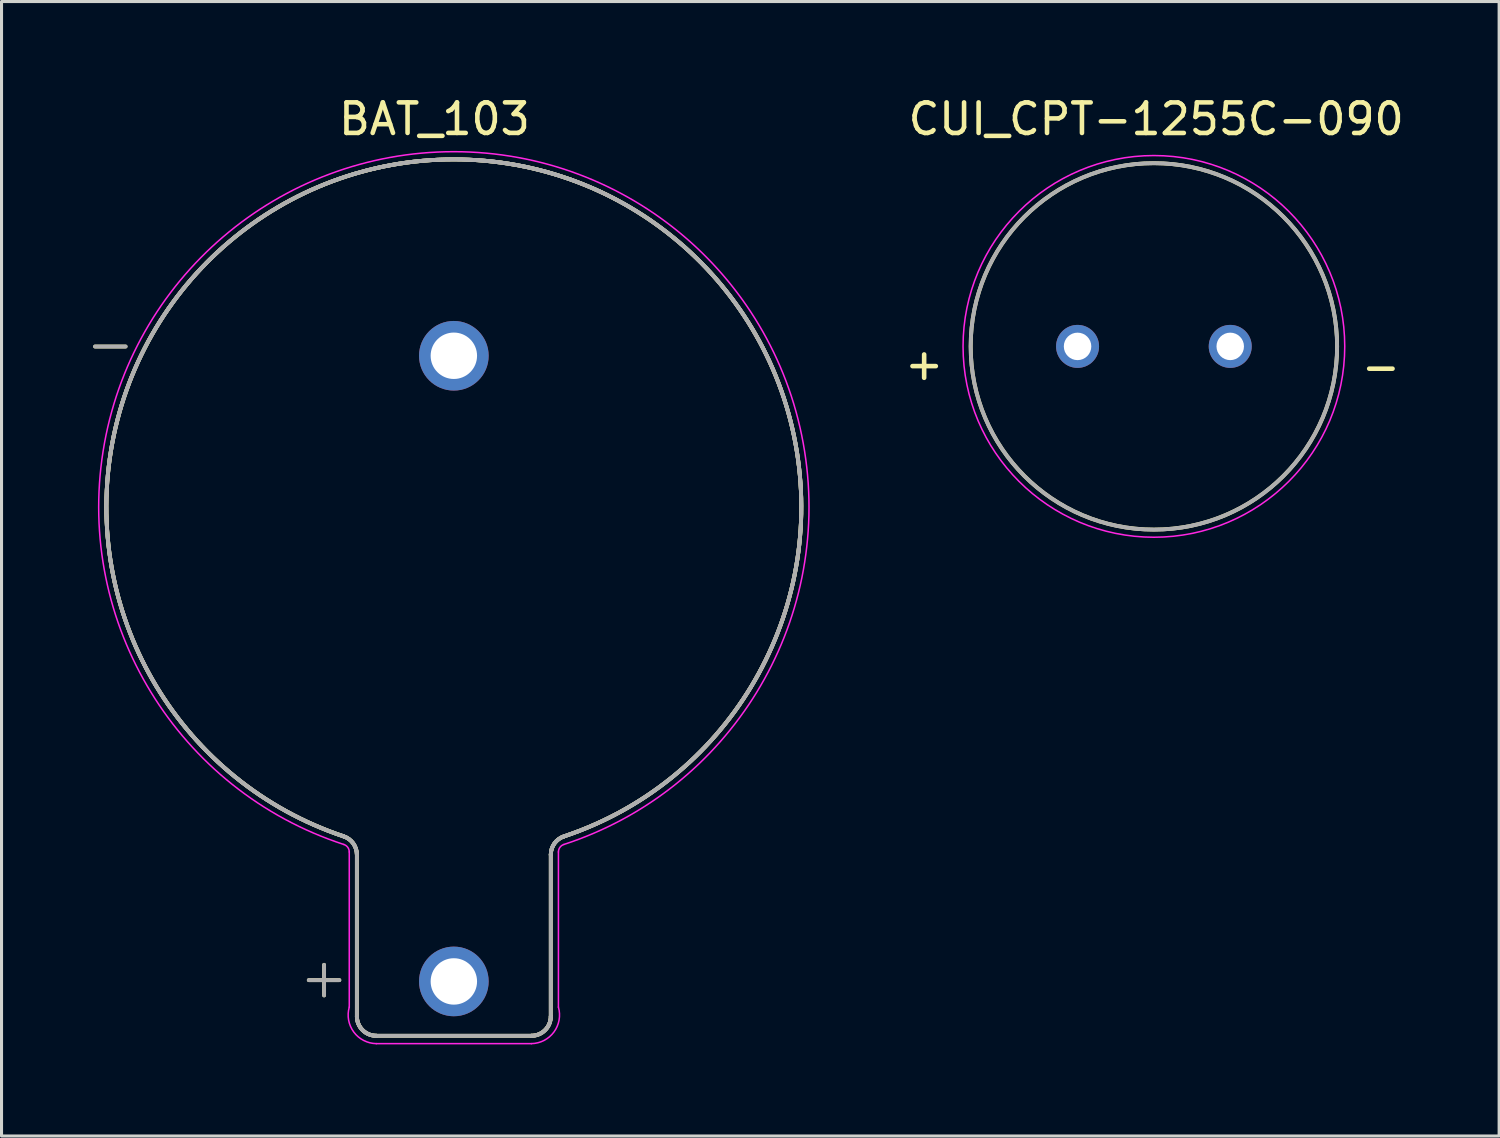
<source format=kicad_pcb>
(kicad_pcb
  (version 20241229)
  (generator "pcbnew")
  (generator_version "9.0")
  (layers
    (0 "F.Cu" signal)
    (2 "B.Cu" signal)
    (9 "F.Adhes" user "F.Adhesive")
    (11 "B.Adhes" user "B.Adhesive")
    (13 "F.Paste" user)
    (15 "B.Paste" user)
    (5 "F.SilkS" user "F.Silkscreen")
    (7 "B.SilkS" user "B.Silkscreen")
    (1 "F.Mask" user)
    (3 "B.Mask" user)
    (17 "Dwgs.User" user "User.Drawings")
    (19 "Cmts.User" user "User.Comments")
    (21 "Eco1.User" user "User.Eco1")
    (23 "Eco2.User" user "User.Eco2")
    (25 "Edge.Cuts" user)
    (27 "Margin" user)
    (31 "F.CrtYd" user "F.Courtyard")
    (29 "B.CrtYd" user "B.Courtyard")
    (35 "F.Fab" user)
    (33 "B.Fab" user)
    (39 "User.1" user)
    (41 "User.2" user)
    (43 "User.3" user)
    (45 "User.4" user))
  (footprint "CUI_CPT-1255C-090"
    (layer "F.Cu")
    (at 34.739 8.294)
    (property "Reference" "CUI_CPT-1255C-090" (at 0.075 -7.445 0) (layer "F.SilkS") (effects (font (size 1.001 1.001) (thickness 0.15))))
    (attr through_hole)
    (fp_circle (center 0 0) (end 6 0) (stroke (width 0.127) (type solid)) (fill no) (layer "F.SilkS"))
    (fp_circle (center 0 0) (end 6.25 0) (stroke (width 0.05) (type solid)) (fill no) (layer "F.CrtYd"))
    (fp_circle (center 0 0) (end 6 0) (stroke (width 0.127) (type solid)) (fill no) (layer "F.Fab"))
    (fp_text user "+" (at -7.524 0.572 0) (layer "F.SilkS") (effects (font (size 1.003 1.003) (thickness 0.15))))
    (fp_text user "-" (at 7.433 0.656 0) (layer "F.SilkS") (effects (font (size 1.002 1.002) (thickness 0.15))))
    (pad "N" thru_hole circle (at 2.5 0) (size 1.408 1.408) (drill 0.9) (layers "*.Cu" "*.Mask"))
    (pad "P" thru_hole circle (at -2.5 0) (size 1.408 1.408) (drill 0.9) (layers "*.Cu" "*.Mask")))
  (footprint "BAT_103"
    (layer "F.Cu")
    (at 11.813 13.548)
    (property "Reference" "BAT_103" (at -0.635 -12.7 0) (layer "F.SilkS") (effects (font (size 1 1) (thickness 0.15))))
    (attr through_hole)
    (fp_line (start -11.75 -5.25) (end -10.75 -5.25) (stroke (width 0.127) (type solid)) (layer "F.SilkS"))
    (fp_line (start -4.25 15) (end -4.25 16) (stroke (width 0.127) (type solid)) (layer "F.SilkS"))
    (fp_line (start -3.75 15.5) (end -4.75 15.5) (stroke (width 0.127) (type solid)) (layer "F.SilkS"))
    (fp_line (start -3.175 11.394) (end -3.175 16.688) (stroke (width 0.127) (type solid)) (layer "F.SilkS"))
    (fp_line (start -2.54 17.323) (end 2.54 17.323) (stroke (width 0.127) (type solid)) (layer "F.SilkS"))
    (fp_line (start 3.175 16.688) (end 3.175 11.394) (stroke (width 0.127) (type solid)) (layer "F.SilkS"))
    (fp_arc (start -3.60863 10.7919) (mid 0 -11.378113) (end 3.60863 10.7919) (stroke (width 0.127) (type solid)) (layer "F.SilkS"))
    (fp_arc (start -3.60863 10.7919) (mid 0 -11.378113) (end 3.60863 10.7919) (stroke (width 0.127) (type solid)) (layer "F.SilkS"))
    (fp_arc (start -3.60863 10.791901) (mid -3.294693 11.023065) (end -3.175 11.3941) (stroke (width 0.127) (type solid)) (layer "F.SilkS"))
    (fp_arc (start -3.60863 10.791901) (mid -3.294693 11.023065) (end -3.175 11.3941) (stroke (width 0.127) (type solid)) (layer "F.SilkS"))
    (fp_arc (start -2.54 17.3228) (mid -2.989013 17.136813) (end -3.175 16.6878) (stroke (width 0.127) (type solid)) (layer "F.SilkS"))
    (fp_arc (start -2.54 17.3228) (mid -2.989013 17.136813) (end -3.175 16.6878) (stroke (width 0.127) (type solid)) (layer "F.SilkS"))
    (fp_arc (start 3.174999 11.3941) (mid 3.294692 11.023064) (end 3.60863 10.7919) (stroke (width 0.127) (type solid)) (layer "F.SilkS"))
    (fp_arc (start 3.174999 11.3941) (mid 3.294692 11.023064) (end 3.60863 10.7919) (stroke (width 0.127) (type solid)) (layer "F.SilkS"))
    (fp_arc (start 3.175 16.6878) (mid 2.989013 17.136813) (end 2.54 17.3228) (stroke (width 0.127) (type solid)) (layer "F.SilkS"))
    (fp_arc (start 3.175 16.6878) (mid 2.989013 17.136813) (end 2.54 17.3228) (stroke (width 0.127) (type solid)) (layer "F.SilkS"))
    (fp_line (start -3.425 11.303) (end -3.425 16.385) (stroke (width 0.05) (type solid)) (layer "F.CrtYd"))
    (fp_line (start -2.54 17.58) (end 2.54 17.58) (stroke (width 0.05) (type solid)) (layer "F.CrtYd"))
    (fp_line (start 3.425 16.385) (end 3.425 11.303) (stroke (width 0.05) (type solid)) (layer "F.CrtYd"))
    (fp_arc (start -3.60307 11.0578) (mid -3.474212 11.151541) (end -3.424999 11.3031) (stroke (width 0.05) (type solid)) (layer "F.CrtYd"))
    (fp_arc (start -3.60307 11.0578) (mid 0 -11.630217) (end 3.60307 11.0578) (stroke (width 0.05) (type solid)) (layer "F.CrtYd"))
    (fp_arc (start -2.54 17.58) (mid -3.277154 17.200717) (end -3.425 16.385) (stroke (width 0.05) (type solid)) (layer "F.CrtYd"))
    (fp_arc (start 3.425 11.3031) (mid 3.474212 11.151541) (end 3.60307 11.0578) (stroke (width 0.05) (type solid)) (layer "F.CrtYd"))
    (fp_arc (start 3.425 16.385) (mid 3.277154 17.200717) (end 2.54 17.58) (stroke (width 0.05) (type solid)) (layer "F.CrtYd"))
    (fp_line (start -11.75 -5.25) (end -10.75 -5.25) (stroke (width 0.127) (type solid)) (layer "F.Fab"))
    (fp_line (start -4.75 15.5) (end -3.75 15.5) (stroke (width 0.127) (type solid)) (layer "F.Fab"))
    (fp_line (start -4.25 15) (end -4.25 16) (stroke (width 0.127) (type solid)) (layer "F.Fab"))
    (fp_line (start -3.175 11.394) (end -3.175 16.688) (stroke (width 0.127) (type solid)) (layer "F.Fab"))
    (fp_line (start -2.54 17.323) (end 2.54 17.323) (stroke (width 0.127) (type solid)) (layer "F.Fab"))
    (fp_line (start 3.175 16.688) (end 3.175 11.394) (stroke (width 0.127) (type solid)) (layer "F.Fab"))
    (fp_arc (start -3.60863 10.7919) (mid 0 -11.378113) (end 3.60863 10.7919) (stroke (width 0.127) (type solid)) (layer "F.Fab"))
    (fp_arc (start -3.60863 10.7919) (mid 0 -11.378113) (end 3.60863 10.7919) (stroke (width 0.127) (type solid)) (layer "F.Fab"))
    (fp_arc (start -3.60863 10.791901) (mid -3.294693 11.023065) (end -3.175 11.3941) (stroke (width 0.127) (type solid)) (layer "F.Fab"))
    (fp_arc (start -3.60863 10.791901) (mid -3.294693 11.023065) (end -3.175 11.3941) (stroke (width 0.127) (type solid)) (layer "F.Fab"))
    (fp_arc (start -2.54 17.3228) (mid -2.989013 17.136813) (end -3.175 16.6878) (stroke (width 0.127) (type solid)) (layer "F.Fab"))
    (fp_arc (start -2.54 17.3228) (mid -2.989013 17.136813) (end -3.175 16.6878) (stroke (width 0.127) (type solid)) (layer "F.Fab"))
    (fp_arc (start 3.174999 11.3941) (mid 3.294692 11.023064) (end 3.60863 10.7919) (stroke (width 0.127) (type solid)) (layer "F.Fab"))
    (fp_arc (start 3.174999 11.3941) (mid 3.294692 11.023064) (end 3.60863 10.7919) (stroke (width 0.127) (type solid)) (layer "F.Fab"))
    (fp_arc (start 3.175 16.6878) (mid 2.989013 17.136813) (end 2.54 17.3228) (stroke (width 0.127) (type solid)) (layer "F.Fab"))
    (fp_arc (start 3.175 16.6878) (mid 2.989013 17.136813) (end 2.54 17.3228) (stroke (width 0.127) (type solid)) (layer "F.Fab"))
    (pad "N" thru_hole circle (at 0 -4.947) (size 2.28 2.28) (drill 1.52) (layers "*.Cu" "*.Mask"))
    (pad "P" thru_hole circle (at 0 15.543) (size 2.28 2.28) (drill 1.52) (layers "*.Cu" "*.Mask")))
  (gr_rect
    (start -3 -3)
    (end 46.045 34.153)
    (stroke (width 0.1) (type default))
    (fill no)
    (layer "Edge.Cuts")))
</source>
